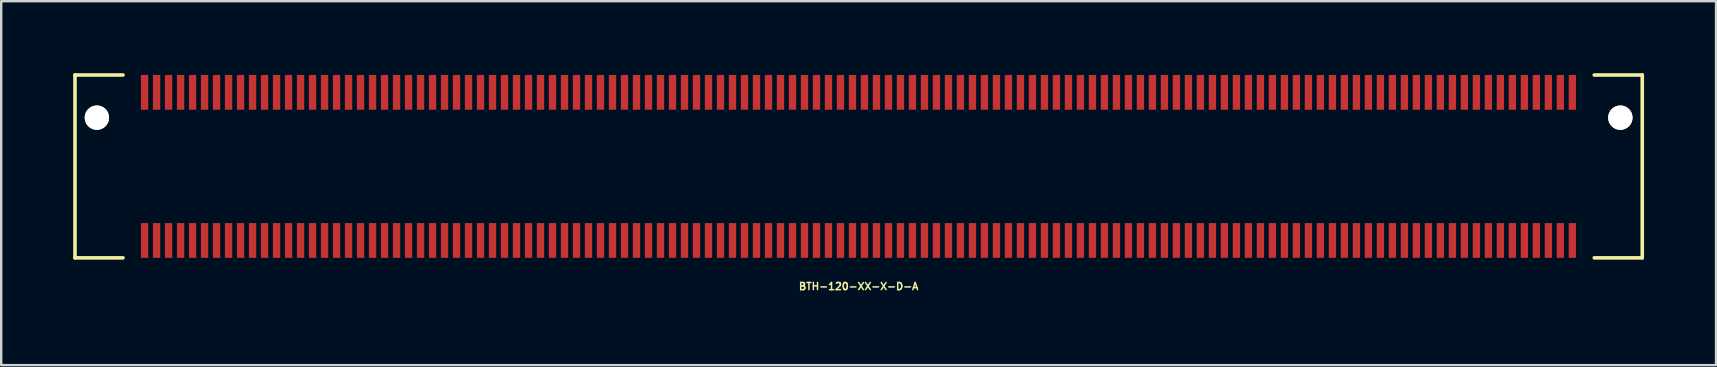
<source format=kicad_pcb>
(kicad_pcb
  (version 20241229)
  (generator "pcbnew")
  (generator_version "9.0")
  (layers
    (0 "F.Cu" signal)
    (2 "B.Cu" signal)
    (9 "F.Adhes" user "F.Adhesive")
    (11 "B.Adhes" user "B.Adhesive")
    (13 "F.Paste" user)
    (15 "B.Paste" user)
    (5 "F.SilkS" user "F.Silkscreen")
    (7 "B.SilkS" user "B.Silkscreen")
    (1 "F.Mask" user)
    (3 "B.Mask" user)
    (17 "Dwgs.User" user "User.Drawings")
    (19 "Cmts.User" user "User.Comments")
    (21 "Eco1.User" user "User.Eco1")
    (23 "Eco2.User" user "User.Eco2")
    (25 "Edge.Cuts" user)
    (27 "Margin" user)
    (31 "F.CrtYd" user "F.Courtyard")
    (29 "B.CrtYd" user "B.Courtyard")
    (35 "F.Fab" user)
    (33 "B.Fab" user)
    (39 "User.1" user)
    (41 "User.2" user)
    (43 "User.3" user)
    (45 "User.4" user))
  (footprint "BTH-120-XX-X-D-A"
    (layer "F.Cu")
    (at 32.731 3.885)
    (property "Reference" "BTH-120-XX-X-D-A" (at 0 5 0) (layer "F.SilkS") (effects (font (size 0.3 0.3) (thickness 0.061))))
    (attr smd)
    (fp_line (start -32.656 -3.81) (end -32.656 3.81) (stroke (width 0.15) (type solid)) (layer "F.SilkS"))
    (fp_line (start -32.656 3.81) (end -30.656 3.81) (stroke (width 0.15) (type solid)) (layer "F.SilkS"))
    (fp_line (start -30.656 -3.81) (end -32.656 -3.81) (stroke (width 0.15) (type solid)) (layer "F.SilkS"))
    (fp_line (start 30.656 -3.81) (end 32.656 -3.81) (stroke (width 0.15) (type solid)) (layer "F.SilkS"))
    (fp_line (start 32.656 -3.81) (end 32.656 3.81) (stroke (width 0.15) (type solid)) (layer "F.SilkS"))
    (fp_line (start 32.656 3.81) (end 30.656 3.81) (stroke (width 0.15) (type solid)) (layer "F.SilkS"))
    (pad "" np_thru_hole circle (at -31.744 -2.032) (size 1.016 1.016) (drill 1.016) (layers "*.Cu" "*.Mask" "F.SilkS"))
    (pad "" np_thru_hole circle (at 31.743 -2.032) (size 1.016 1.016) (drill 1.016) (layers "*.Cu" "*.Mask" "F.SilkS"))
    (pad "1" smd rect (at -29.756 -3.086) (size 0.305 1.448) (layers "F.Cu" "F.Mask" "F.Paste"))
    (pad "2" smd rect (at -29.756 3.086) (size 0.305 1.448) (layers "F.Cu" "F.Mask" "F.Paste"))
    (pad "3" smd rect (at -29.256 -3.086) (size 0.305 1.448) (layers "F.Cu" "F.Mask" "F.Paste"))
    (pad "4" smd rect (at -29.256 3.086) (size 0.305 1.448) (layers "F.Cu" "F.Mask" "F.Paste"))
    (pad "5" smd rect (at -28.756 -3.086) (size 0.305 1.448) (layers "F.Cu" "F.Mask" "F.Paste"))
    (pad "6" smd rect (at -28.756 3.086) (size 0.305 1.448) (layers "F.Cu" "F.Mask" "F.Paste"))
    (pad "7" smd rect (at -28.256 -3.086) (size 0.305 1.448) (layers "F.Cu" "F.Mask" "F.Paste"))
    (pad "8" smd rect (at -28.256 3.086) (size 0.305 1.448) (layers "F.Cu" "F.Mask" "F.Paste"))
    (pad "9" smd rect (at -27.756 -3.086) (size 0.305 1.448) (layers "F.Cu" "F.Mask" "F.Paste"))
    (pad "10" smd rect (at -27.756 3.086) (size 0.305 1.448) (layers "F.Cu" "F.Mask" "F.Paste"))
    (pad "11" smd rect (at -27.256 -3.086) (size 0.305 1.448) (layers "F.Cu" "F.Mask" "F.Paste"))
    (pad "12" smd rect (at -27.256 3.086) (size 0.305 1.448) (layers "F.Cu" "F.Mask" "F.Paste"))
    (pad "13" smd rect (at -26.756 -3.086) (size 0.305 1.448) (layers "F.Cu" "F.Mask" "F.Paste"))
    (pad "14" smd rect (at -26.756 3.086) (size 0.305 1.448) (layers "F.Cu" "F.Mask" "F.Paste"))
    (pad "15" smd rect (at -26.256 -3.086) (size 0.305 1.448) (layers "F.Cu" "F.Mask" "F.Paste"))
    (pad "16" smd rect (at -26.256 3.086) (size 0.305 1.448) (layers "F.Cu" "F.Mask" "F.Paste"))
    (pad "17" smd rect (at -25.756 -3.086) (size 0.305 1.448) (layers "F.Cu" "F.Mask" "F.Paste"))
    (pad "18" smd rect (at -25.756 3.086) (size 0.305 1.448) (layers "F.Cu" "F.Mask" "F.Paste"))
    (pad "19" smd rect (at -25.256 -3.086) (size 0.305 1.448) (layers "F.Cu" "F.Mask" "F.Paste"))
    (pad "20" smd rect (at -25.256 3.086) (size 0.305 1.448) (layers "F.Cu" "F.Mask" "F.Paste"))
    (pad "21" smd rect (at -24.756 -3.086) (size 0.305 1.448) (layers "F.Cu" "F.Mask" "F.Paste"))
    (pad "22" smd rect (at -24.756 3.086) (size 0.305 1.448) (layers "F.Cu" "F.Mask" "F.Paste"))
    (pad "23" smd rect (at -24.256 -3.086) (size 0.305 1.448) (layers "F.Cu" "F.Mask" "F.Paste"))
    (pad "24" smd rect (at -24.256 3.086) (size 0.305 1.448) (layers "F.Cu" "F.Mask" "F.Paste"))
    (pad "25" smd rect (at -23.756 -3.086) (size 0.305 1.448) (layers "F.Cu" "F.Mask" "F.Paste"))
    (pad "26" smd rect (at -23.756 3.086) (size 0.305 1.448) (layers "F.Cu" "F.Mask" "F.Paste"))
    (pad "27" smd rect (at -23.256 -3.086) (size 0.305 1.448) (layers "F.Cu" "F.Mask" "F.Paste"))
    (pad "28" smd rect (at -23.256 3.086) (size 0.305 1.448) (layers "F.Cu" "F.Mask" "F.Paste"))
    (pad "29" smd rect (at -22.756 -3.086) (size 0.305 1.448) (layers "F.Cu" "F.Mask" "F.Paste"))
    (pad "30" smd rect (at -22.756 3.086) (size 0.305 1.448) (layers "F.Cu" "F.Mask" "F.Paste"))
    (pad "31" smd rect (at -22.256 -3.086) (size 0.305 1.448) (layers "F.Cu" "F.Mask" "F.Paste"))
    (pad "32" smd rect (at -22.256 3.086) (size 0.305 1.448) (layers "F.Cu" "F.Mask" "F.Paste"))
    (pad "33" smd rect (at -21.756 -3.086) (size 0.305 1.448) (layers "F.Cu" "F.Mask" "F.Paste"))
    (pad "34" smd rect (at -21.756 3.086) (size 0.305 1.448) (layers "F.Cu" "F.Mask" "F.Paste"))
    (pad "35" smd rect (at -21.256 -3.086) (size 0.305 1.448) (layers "F.Cu" "F.Mask" "F.Paste"))
    (pad "36" smd rect (at -21.256 3.086) (size 0.305 1.448) (layers "F.Cu" "F.Mask" "F.Paste"))
    (pad "37" smd rect (at -20.756 -3.086) (size 0.305 1.448) (layers "F.Cu" "F.Mask" "F.Paste"))
    (pad "38" smd rect (at -20.756 3.086) (size 0.305 1.448) (layers "F.Cu" "F.Mask" "F.Paste"))
    (pad "39" smd rect (at -20.256 -3.086) (size 0.305 1.448) (layers "F.Cu" "F.Mask" "F.Paste"))
    (pad "40" smd rect (at -20.256 3.086) (size 0.305 1.448) (layers "F.Cu" "F.Mask" "F.Paste"))
    (pad "41" smd rect (at -19.756 -3.086) (size 0.305 1.448) (layers "F.Cu" "F.Mask" "F.Paste"))
    (pad "42" smd rect (at -19.756 3.086) (size 0.305 1.448) (layers "F.Cu" "F.Mask" "F.Paste"))
    (pad "43" smd rect (at -19.256 -3.086) (size 0.305 1.448) (layers "F.Cu" "F.Mask" "F.Paste"))
    (pad "44" smd rect (at -19.256 3.086) (size 0.305 1.448) (layers "F.Cu" "F.Mask" "F.Paste"))
    (pad "45" smd rect (at -18.756 -3.086) (size 0.305 1.448) (layers "F.Cu" "F.Mask" "F.Paste"))
    (pad "46" smd rect (at -18.756 3.086) (size 0.305 1.448) (layers "F.Cu" "F.Mask" "F.Paste"))
    (pad "47" smd rect (at -18.256 -3.086) (size 0.305 1.448) (layers "F.Cu" "F.Mask" "F.Paste"))
    (pad "48" smd rect (at -18.256 3.086) (size 0.305 1.448) (layers "F.Cu" "F.Mask" "F.Paste"))
    (pad "49" smd rect (at -17.756 -3.086) (size 0.305 1.448) (layers "F.Cu" "F.Mask" "F.Paste"))
    (pad "50" smd rect (at -17.756 3.086) (size 0.305 1.448) (layers "F.Cu" "F.Mask" "F.Paste"))
    (pad "51" smd rect (at -17.256 -3.086) (size 0.305 1.448) (layers "F.Cu" "F.Mask" "F.Paste"))
    (pad "52" smd rect (at -17.256 3.086) (size 0.305 1.448) (layers "F.Cu" "F.Mask" "F.Paste"))
    (pad "53" smd rect (at -16.756 -3.086) (size 0.305 1.448) (layers "F.Cu" "F.Mask" "F.Paste"))
    (pad "54" smd rect (at -16.756 3.086) (size 0.305 1.448) (layers "F.Cu" "F.Mask" "F.Paste"))
    (pad "55" smd rect (at -16.256 -3.086) (size 0.305 1.448) (layers "F.Cu" "F.Mask" "F.Paste"))
    (pad "56" smd rect (at -16.256 3.086) (size 0.305 1.448) (layers "F.Cu" "F.Mask" "F.Paste"))
    (pad "57" smd rect (at -15.756 -3.086) (size 0.305 1.448) (layers "F.Cu" "F.Mask" "F.Paste"))
    (pad "58" smd rect (at -15.756 3.086) (size 0.305 1.448) (layers "F.Cu" "F.Mask" "F.Paste"))
    (pad "59" smd rect (at -15.256 -3.086) (size 0.305 1.448) (layers "F.Cu" "F.Mask" "F.Paste"))
    (pad "60" smd rect (at -15.256 3.086) (size 0.305 1.448) (layers "F.Cu" "F.Mask" "F.Paste"))
    (pad "61" smd rect (at -14.756 -3.086) (size 0.305 1.448) (layers "F.Cu" "F.Mask" "F.Paste"))
    (pad "62" smd rect (at -14.756 3.086) (size 0.305 1.448) (layers "F.Cu" "F.Mask" "F.Paste"))
    (pad "63" smd rect (at -14.256 -3.086) (size 0.305 1.448) (layers "F.Cu" "F.Mask" "F.Paste"))
    (pad "64" smd rect (at -14.256 3.086) (size 0.305 1.448) (layers "F.Cu" "F.Mask" "F.Paste"))
    (pad "65" smd rect (at -13.756 -3.086) (size 0.305 1.448) (layers "F.Cu" "F.Mask" "F.Paste"))
    (pad "66" smd rect (at -13.756 3.086) (size 0.305 1.448) (layers "F.Cu" "F.Mask" "F.Paste"))
    (pad "67" smd rect (at -13.256 -3.086) (size 0.305 1.448) (layers "F.Cu" "F.Mask" "F.Paste"))
    (pad "68" smd rect (at -13.256 3.086) (size 0.305 1.448) (layers "F.Cu" "F.Mask" "F.Paste"))
    (pad "69" smd rect (at -12.756 -3.086) (size 0.305 1.448) (layers "F.Cu" "F.Mask" "F.Paste"))
    (pad "70" smd rect (at -12.756 3.086) (size 0.305 1.448) (layers "F.Cu" "F.Mask" "F.Paste"))
    (pad "71" smd rect (at -12.256 -3.086) (size 0.305 1.448) (layers "F.Cu" "F.Mask" "F.Paste"))
    (pad "72" smd rect (at -12.256 3.086) (size 0.305 1.448) (layers "F.Cu" "F.Mask" "F.Paste"))
    (pad "73" smd rect (at -11.756 -3.086) (size 0.305 1.448) (layers "F.Cu" "F.Mask" "F.Paste"))
    (pad "74" smd rect (at -11.756 3.086) (size 0.305 1.448) (layers "F.Cu" "F.Mask" "F.Paste"))
    (pad "75" smd rect (at -11.256 -3.086) (size 0.305 1.448) (layers "F.Cu" "F.Mask" "F.Paste"))
    (pad "76" smd rect (at -11.256 3.086) (size 0.305 1.448) (layers "F.Cu" "F.Mask" "F.Paste"))
    (pad "77" smd rect (at -10.756 -3.086) (size 0.305 1.448) (layers "F.Cu" "F.Mask" "F.Paste"))
    (pad "78" smd rect (at -10.756 3.086) (size 0.305 1.448) (layers "F.Cu" "F.Mask" "F.Paste"))
    (pad "79" smd rect (at -10.256 -3.086) (size 0.305 1.448) (layers "F.Cu" "F.Mask" "F.Paste"))
    (pad "80" smd rect (at -10.256 3.086) (size 0.305 1.448) (layers "F.Cu" "F.Mask" "F.Paste"))
    (pad "81" smd rect (at -9.756 -3.086) (size 0.305 1.448) (layers "F.Cu" "F.Mask" "F.Paste"))
    (pad "82" smd rect (at -9.756 3.086) (size 0.305 1.448) (layers "F.Cu" "F.Mask" "F.Paste"))
    (pad "83" smd rect (at -9.256 -3.086) (size 0.305 1.448) (layers "F.Cu" "F.Mask" "F.Paste"))
    (pad "84" smd rect (at -9.256 3.086) (size 0.305 1.448) (layers "F.Cu" "F.Mask" "F.Paste"))
    (pad "85" smd rect (at -8.756 -3.086) (size 0.305 1.448) (layers "F.Cu" "F.Mask" "F.Paste"))
    (pad "86" smd rect (at -8.756 3.086) (size 0.305 1.448) (layers "F.Cu" "F.Mask" "F.Paste"))
    (pad "87" smd rect (at -8.256 -3.086) (size 0.305 1.448) (layers "F.Cu" "F.Mask" "F.Paste"))
    (pad "88" smd rect (at -8.256 3.086) (size 0.305 1.448) (layers "F.Cu" "F.Mask" "F.Paste"))
    (pad "89" smd rect (at -7.756 -3.086) (size 0.305 1.448) (layers "F.Cu" "F.Mask" "F.Paste"))
    (pad "90" smd rect (at -7.756 3.086) (size 0.305 1.448) (layers "F.Cu" "F.Mask" "F.Paste"))
    (pad "91" smd rect (at -7.256 -3.086) (size 0.305 1.448) (layers "F.Cu" "F.Mask" "F.Paste"))
    (pad "92" smd rect (at -7.256 3.086) (size 0.305 1.448) (layers "F.Cu" "F.Mask" "F.Paste"))
    (pad "93" smd rect (at -6.756 -3.086) (size 0.305 1.448) (layers "F.Cu" "F.Mask" "F.Paste"))
    (pad "94" smd rect (at -6.756 3.086) (size 0.305 1.448) (layers "F.Cu" "F.Mask" "F.Paste"))
    (pad "95" smd rect (at -6.256 -3.086) (size 0.305 1.448) (layers "F.Cu" "F.Mask" "F.Paste"))
    (pad "96" smd rect (at -6.256 3.086) (size 0.305 1.448) (layers "F.Cu" "F.Mask" "F.Paste"))
    (pad "97" smd rect (at -5.756 -3.086) (size 0.305 1.448) (layers "F.Cu" "F.Mask" "F.Paste"))
    (pad "98" smd rect (at -5.756 3.086) (size 0.305 1.448) (layers "F.Cu" "F.Mask" "F.Paste"))
    (pad "99" smd rect (at -5.256 -3.086) (size 0.305 1.448) (layers "F.Cu" "F.Mask" "F.Paste"))
    (pad "100" smd rect (at -5.256 3.086) (size 0.305 1.448) (layers "F.Cu" "F.Mask" "F.Paste"))
    (pad "101" smd rect (at -4.756 -3.086) (size 0.305 1.448) (layers "F.Cu" "F.Mask" "F.Paste"))
    (pad "102" smd rect (at -4.756 3.086) (size 0.305 1.448) (layers "F.Cu" "F.Mask" "F.Paste"))
    (pad "103" smd rect (at -4.256 -3.086) (size 0.305 1.448) (layers "F.Cu" "F.Mask" "F.Paste"))
    (pad "104" smd rect (at -4.256 3.086) (size 0.305 1.448) (layers "F.Cu" "F.Mask" "F.Paste"))
    (pad "105" smd rect (at -3.756 -3.086) (size 0.305 1.448) (layers "F.Cu" "F.Mask" "F.Paste"))
    (pad "106" smd rect (at -3.756 3.086) (size 0.305 1.448) (layers "F.Cu" "F.Mask" "F.Paste"))
    (pad "107" smd rect (at -3.256 -3.086) (size 0.305 1.448) (layers "F.Cu" "F.Mask" "F.Paste"))
    (pad "108" smd rect (at -3.256 3.086) (size 0.305 1.448) (layers "F.Cu" "F.Mask" "F.Paste"))
    (pad "109" smd rect (at -2.756 -3.086) (size 0.305 1.448) (layers "F.Cu" "F.Mask" "F.Paste"))
    (pad "110" smd rect (at -2.756 3.086) (size 0.305 1.448) (layers "F.Cu" "F.Mask" "F.Paste"))
    (pad "111" smd rect (at -2.256 -3.086) (size 0.305 1.448) (layers "F.Cu" "F.Mask" "F.Paste"))
    (pad "112" smd rect (at -2.256 3.086) (size 0.305 1.448) (layers "F.Cu" "F.Mask" "F.Paste"))
    (pad "113" smd rect (at -1.756 -3.086) (size 0.305 1.448) (layers "F.Cu" "F.Mask" "F.Paste"))
    (pad "114" smd rect (at -1.756 3.086) (size 0.305 1.448) (layers "F.Cu" "F.Mask" "F.Paste"))
    (pad "115" smd rect (at -1.256 -3.086) (size 0.305 1.448) (layers "F.Cu" "F.Mask" "F.Paste"))
    (pad "116" smd rect (at -1.256 3.086) (size 0.305 1.448) (layers "F.Cu" "F.Mask" "F.Paste"))
    (pad "117" smd rect (at -0.756 -3.086) (size 0.305 1.448) (layers "F.Cu" "F.Mask" "F.Paste"))
    (pad "118" smd rect (at -0.756 3.086) (size 0.305 1.448) (layers "F.Cu" "F.Mask" "F.Paste"))
    (pad "119" smd rect (at -0.256 -3.086) (size 0.305 1.448) (layers "F.Cu" "F.Mask" "F.Paste"))
    (pad "120" smd rect (at -0.256 3.086) (size 0.305 1.448) (layers "F.Cu" "F.Mask" "F.Paste"))
    (pad "121" smd rect (at 0.244 -3.086) (size 0.305 1.448) (layers "F.Cu" "F.Mask" "F.Paste"))
    (pad "122" smd rect (at 0.244 3.086) (size 0.305 1.448) (layers "F.Cu" "F.Mask" "F.Paste"))
    (pad "123" smd rect (at 0.744 -3.086) (size 0.305 1.448) (layers "F.Cu" "F.Mask" "F.Paste"))
    (pad "124" smd rect (at 0.744 3.086) (size 0.305 1.448) (layers "F.Cu" "F.Mask" "F.Paste"))
    (pad "125" smd rect (at 1.244 -3.086) (size 0.305 1.448) (layers "F.Cu" "F.Mask" "F.Paste"))
    (pad "126" smd rect (at 1.244 3.086) (size 0.305 1.448) (layers "F.Cu" "F.Mask" "F.Paste"))
    (pad "127" smd rect (at 1.744 -3.086) (size 0.305 1.448) (layers "F.Cu" "F.Mask" "F.Paste"))
    (pad "128" smd rect (at 1.744 3.086) (size 0.305 1.448) (layers "F.Cu" "F.Mask" "F.Paste"))
    (pad "129" smd rect (at 2.244 -3.086) (size 0.305 1.448) (layers "F.Cu" "F.Mask" "F.Paste"))
    (pad "130" smd rect (at 2.244 3.086) (size 0.305 1.448) (layers "F.Cu" "F.Mask" "F.Paste"))
    (pad "131" smd rect (at 2.744 -3.086) (size 0.305 1.448) (layers "F.Cu" "F.Mask" "F.Paste"))
    (pad "132" smd rect (at 2.744 3.086) (size 0.305 1.448) (layers "F.Cu" "F.Mask" "F.Paste"))
    (pad "133" smd rect (at 3.244 -3.086) (size 0.305 1.448) (layers "F.Cu" "F.Mask" "F.Paste"))
    (pad "134" smd rect (at 3.244 3.086) (size 0.305 1.448) (layers "F.Cu" "F.Mask" "F.Paste"))
    (pad "135" smd rect (at 3.744 -3.086) (size 0.305 1.448) (layers "F.Cu" "F.Mask" "F.Paste"))
    (pad "136" smd rect (at 3.744 3.086) (size 0.305 1.448) (layers "F.Cu" "F.Mask" "F.Paste"))
    (pad "137" smd rect (at 4.244 -3.086) (size 0.305 1.448) (layers "F.Cu" "F.Mask" "F.Paste"))
    (pad "138" smd rect (at 4.244 3.086) (size 0.305 1.448) (layers "F.Cu" "F.Mask" "F.Paste"))
    (pad "139" smd rect (at 4.744 -3.086) (size 0.305 1.448) (layers "F.Cu" "F.Mask" "F.Paste"))
    (pad "140" smd rect (at 4.744 3.086) (size 0.305 1.448) (layers "F.Cu" "F.Mask" "F.Paste"))
    (pad "141" smd rect (at 5.244 -3.086) (size 0.305 1.448) (layers "F.Cu" "F.Mask" "F.Paste"))
    (pad "142" smd rect (at 5.244 3.086) (size 0.305 1.448) (layers "F.Cu" "F.Mask" "F.Paste"))
    (pad "143" smd rect (at 5.744 -3.086) (size 0.305 1.448) (layers "F.Cu" "F.Mask" "F.Paste"))
    (pad "144" smd rect (at 5.744 3.086) (size 0.305 1.448) (layers "F.Cu" "F.Mask" "F.Paste"))
    (pad "145" smd rect (at 6.244 -3.086) (size 0.305 1.448) (layers "F.Cu" "F.Mask" "F.Paste"))
    (pad "146" smd rect (at 6.244 3.086) (size 0.305 1.448) (layers "F.Cu" "F.Mask" "F.Paste"))
    (pad "147" smd rect (at 6.744 -3.086) (size 0.305 1.448) (layers "F.Cu" "F.Mask" "F.Paste"))
    (pad "148" smd rect (at 6.744 3.086) (size 0.305 1.448) (layers "F.Cu" "F.Mask" "F.Paste"))
    (pad "149" smd rect (at 7.244 -3.086) (size 0.305 1.448) (layers "F.Cu" "F.Mask" "F.Paste"))
    (pad "150" smd rect (at 7.244 3.086) (size 0.305 1.448) (layers "F.Cu" "F.Mask" "F.Paste"))
    (pad "151" smd rect (at 7.744 -3.086) (size 0.305 1.448) (layers "F.Cu" "F.Mask" "F.Paste"))
    (pad "152" smd rect (at 7.744 3.086) (size 0.305 1.448) (layers "F.Cu" "F.Mask" "F.Paste"))
    (pad "153" smd rect (at 8.244 -3.086) (size 0.305 1.448) (layers "F.Cu" "F.Mask" "F.Paste"))
    (pad "154" smd rect (at 8.244 3.086) (size 0.305 1.448) (layers "F.Cu" "F.Mask" "F.Paste"))
    (pad "155" smd rect (at 8.744 -3.086) (size 0.305 1.448) (layers "F.Cu" "F.Mask" "F.Paste"))
    (pad "156" smd rect (at 8.744 3.086) (size 0.305 1.448) (layers "F.Cu" "F.Mask" "F.Paste"))
    (pad "157" smd rect (at 9.244 -3.086) (size 0.305 1.448) (layers "F.Cu" "F.Mask" "F.Paste"))
    (pad "158" smd rect (at 9.244 3.086) (size 0.305 1.448) (layers "F.Cu" "F.Mask" "F.Paste"))
    (pad "159" smd rect (at 9.744 -3.086) (size 0.305 1.448) (layers "F.Cu" "F.Mask" "F.Paste"))
    (pad "160" smd rect (at 9.744 3.086) (size 0.305 1.448) (layers "F.Cu" "F.Mask" "F.Paste"))
    (pad "161" smd rect (at 10.244 -3.086) (size 0.305 1.448) (layers "F.Cu" "F.Mask" "F.Paste"))
    (pad "162" smd rect (at 10.244 3.086) (size 0.305 1.448) (layers "F.Cu" "F.Mask" "F.Paste"))
    (pad "163" smd rect (at 10.744 -3.086) (size 0.305 1.448) (layers "F.Cu" "F.Mask" "F.Paste"))
    (pad "164" smd rect (at 10.744 3.086) (size 0.305 1.448) (layers "F.Cu" "F.Mask" "F.Paste"))
    (pad "165" smd rect (at 11.244 -3.086) (size 0.305 1.448) (layers "F.Cu" "F.Mask" "F.Paste"))
    (pad "166" smd rect (at 11.244 3.086) (size 0.305 1.448) (layers "F.Cu" "F.Mask" "F.Paste"))
    (pad "167" smd rect (at 11.744 -3.086) (size 0.305 1.448) (layers "F.Cu" "F.Mask" "F.Paste"))
    (pad "168" smd rect (at 11.744 3.086) (size 0.305 1.448) (layers "F.Cu" "F.Mask" "F.Paste"))
    (pad "169" smd rect (at 12.244 -3.086) (size 0.305 1.448) (layers "F.Cu" "F.Mask" "F.Paste"))
    (pad "170" smd rect (at 12.244 3.086) (size 0.305 1.448) (layers "F.Cu" "F.Mask" "F.Paste"))
    (pad "171" smd rect (at 12.744 -3.086) (size 0.305 1.448) (layers "F.Cu" "F.Mask" "F.Paste"))
    (pad "172" smd rect (at 12.744 3.086) (size 0.305 1.448) (layers "F.Cu" "F.Mask" "F.Paste"))
    (pad "173" smd rect (at 13.244 -3.086) (size 0.305 1.448) (layers "F.Cu" "F.Mask" "F.Paste"))
    (pad "174" smd rect (at 13.244 3.086) (size 0.305 1.448) (layers "F.Cu" "F.Mask" "F.Paste"))
    (pad "175" smd rect (at 13.744 -3.086) (size 0.305 1.448) (layers "F.Cu" "F.Mask" "F.Paste"))
    (pad "176" smd rect (at 13.744 3.086) (size 0.305 1.448) (layers "F.Cu" "F.Mask" "F.Paste"))
    (pad "177" smd rect (at 14.244 -3.086) (size 0.305 1.448) (layers "F.Cu" "F.Mask" "F.Paste"))
    (pad "178" smd rect (at 14.244 3.086) (size 0.305 1.448) (layers "F.Cu" "F.Mask" "F.Paste"))
    (pad "179" smd rect (at 14.744 -3.086) (size 0.305 1.448) (layers "F.Cu" "F.Mask" "F.Paste"))
    (pad "180" smd rect (at 14.744 3.086) (size 0.305 1.448) (layers "F.Cu" "F.Mask" "F.Paste"))
    (pad "181" smd rect (at 15.244 -3.086) (size 0.305 1.448) (layers "F.Cu" "F.Mask" "F.Paste"))
    (pad "182" smd rect (at 15.244 3.086) (size 0.305 1.448) (layers "F.Cu" "F.Mask" "F.Paste"))
    (pad "183" smd rect (at 15.744 -3.086) (size 0.305 1.448) (layers "F.Cu" "F.Mask" "F.Paste"))
    (pad "184" smd rect (at 15.744 3.086) (size 0.305 1.448) (layers "F.Cu" "F.Mask" "F.Paste"))
    (pad "185" smd rect (at 16.244 -3.086) (size 0.305 1.448) (layers "F.Cu" "F.Mask" "F.Paste"))
    (pad "186" smd rect (at 16.244 3.086) (size 0.305 1.448) (layers "F.Cu" "F.Mask" "F.Paste"))
    (pad "187" smd rect (at 16.744 -3.086) (size 0.305 1.448) (layers "F.Cu" "F.Mask" "F.Paste"))
    (pad "188" smd rect (at 16.744 3.086) (size 0.305 1.448) (layers "F.Cu" "F.Mask" "F.Paste"))
    (pad "189" smd rect (at 17.244 -3.086) (size 0.305 1.448) (layers "F.Cu" "F.Mask" "F.Paste"))
    (pad "190" smd rect (at 17.244 3.086) (size 0.305 1.448) (layers "F.Cu" "F.Mask" "F.Paste"))
    (pad "191" smd rect (at 17.744 -3.086) (size 0.305 1.448) (layers "F.Cu" "F.Mask" "F.Paste"))
    (pad "192" smd rect (at 17.744 3.086) (size 0.305 1.448) (layers "F.Cu" "F.Mask" "F.Paste"))
    (pad "193" smd rect (at 18.244 -3.086) (size 0.305 1.448) (layers "F.Cu" "F.Mask" "F.Paste"))
    (pad "194" smd rect (at 18.244 3.086) (size 0.305 1.448) (layers "F.Cu" "F.Mask" "F.Paste"))
    (pad "195" smd rect (at 18.744 -3.086) (size 0.305 1.448) (layers "F.Cu" "F.Mask" "F.Paste"))
    (pad "196" smd rect (at 18.744 3.086) (size 0.305 1.448) (layers "F.Cu" "F.Mask" "F.Paste"))
    (pad "197" smd rect (at 19.244 -3.086) (size 0.305 1.448) (layers "F.Cu" "F.Mask" "F.Paste"))
    (pad "198" smd rect (at 19.244 3.086) (size 0.305 1.448) (layers "F.Cu" "F.Mask" "F.Paste"))
    (pad "199" smd rect (at 19.744 -3.086) (size 0.305 1.448) (layers "F.Cu" "F.Mask" "F.Paste"))
    (pad "200" smd rect (at 19.744 3.086) (size 0.305 1.448) (layers "F.Cu" "F.Mask" "F.Paste"))
    (pad "201" smd rect (at 20.244 -3.086) (size 0.305 1.448) (layers "F.Cu" "F.Mask" "F.Paste"))
    (pad "202" smd rect (at 20.244 3.086) (size 0.305 1.448) (layers "F.Cu" "F.Mask" "F.Paste"))
    (pad "203" smd rect (at 20.744 -3.086) (size 0.305 1.448) (layers "F.Cu" "F.Mask" "F.Paste"))
    (pad "204" smd rect (at 20.744 3.086) (size 0.305 1.448) (layers "F.Cu" "F.Mask" "F.Paste"))
    (pad "205" smd rect (at 21.244 -3.086) (size 0.305 1.448) (layers "F.Cu" "F.Mask" "F.Paste"))
    (pad "206" smd rect (at 21.244 3.086) (size 0.305 1.448) (layers "F.Cu" "F.Mask" "F.Paste"))
    (pad "207" smd rect (at 21.744 -3.086) (size 0.305 1.448) (layers "F.Cu" "F.Mask" "F.Paste"))
    (pad "208" smd rect (at 21.744 3.086) (size 0.305 1.448) (layers "F.Cu" "F.Mask" "F.Paste"))
    (pad "209" smd rect (at 22.244 -3.086) (size 0.305 1.448) (layers "F.Cu" "F.Mask" "F.Paste"))
    (pad "210" smd rect (at 22.244 3.086) (size 0.305 1.448) (layers "F.Cu" "F.Mask" "F.Paste"))
    (pad "211" smd rect (at 22.744 -3.086) (size 0.305 1.448) (layers "F.Cu" "F.Mask" "F.Paste"))
    (pad "212" smd rect (at 22.744 3.086) (size 0.305 1.448) (layers "F.Cu" "F.Mask" "F.Paste"))
    (pad "213" smd rect (at 23.244 -3.086) (size 0.305 1.448) (layers "F.Cu" "F.Mask" "F.Paste"))
    (pad "214" smd rect (at 23.244 3.086) (size 0.305 1.448) (layers "F.Cu" "F.Mask" "F.Paste"))
    (pad "215" smd rect (at 23.744 -3.086) (size 0.305 1.448) (layers "F.Cu" "F.Mask" "F.Paste"))
    (pad "216" smd rect (at 23.744 3.086) (size 0.305 1.448) (layers "F.Cu" "F.Mask" "F.Paste"))
    (pad "217" smd rect (at 24.244 -3.086) (size 0.305 1.448) (layers "F.Cu" "F.Mask" "F.Paste"))
    (pad "218" smd rect (at 24.244 3.086) (size 0.305 1.448) (layers "F.Cu" "F.Mask" "F.Paste"))
    (pad "219" smd rect (at 24.744 -3.086) (size 0.305 1.448) (layers "F.Cu" "F.Mask" "F.Paste"))
    (pad "220" smd rect (at 24.744 3.086) (size 0.305 1.448) (layers "F.Cu" "F.Mask" "F.Paste"))
    (pad "221" smd rect (at 25.244 -3.086) (size 0.305 1.448) (layers "F.Cu" "F.Mask" "F.Paste"))
    (pad "222" smd rect (at 25.244 3.086) (size 0.305 1.448) (layers "F.Cu" "F.Mask" "F.Paste"))
    (pad "223" smd rect (at 25.744 -3.086) (size 0.305 1.448) (layers "F.Cu" "F.Mask" "F.Paste"))
    (pad "224" smd rect (at 25.744 3.086) (size 0.305 1.448) (layers "F.Cu" "F.Mask" "F.Paste"))
    (pad "225" smd rect (at 26.244 -3.086) (size 0.305 1.448) (layers "F.Cu" "F.Mask" "F.Paste"))
    (pad "226" smd rect (at 26.244 3.086) (size 0.305 1.448) (layers "F.Cu" "F.Mask" "F.Paste"))
    (pad "227" smd rect (at 26.744 -3.086) (size 0.305 1.448) (layers "F.Cu" "F.Mask" "F.Paste"))
    (pad "228" smd rect (at 26.744 3.086) (size 0.305 1.448) (layers "F.Cu" "F.Mask" "F.Paste"))
    (pad "229" smd rect (at 27.244 -3.086) (size 0.305 1.448) (layers "F.Cu" "F.Mask" "F.Paste"))
    (pad "230" smd rect (at 27.244 3.086) (size 0.305 1.448) (layers "F.Cu" "F.Mask" "F.Paste"))
    (pad "231" smd rect (at 27.744 -3.086) (size 0.305 1.448) (layers "F.Cu" "F.Mask" "F.Paste"))
    (pad "232" smd rect (at 27.744 3.086) (size 0.305 1.448) (layers "F.Cu" "F.Mask" "F.Paste"))
    (pad "233" smd rect (at 28.244 -3.086) (size 0.305 1.448) (layers "F.Cu" "F.Mask" "F.Paste"))
    (pad "234" smd rect (at 28.244 3.086) (size 0.305 1.448) (layers "F.Cu" "F.Mask" "F.Paste"))
    (pad "235" smd rect (at 28.744 -3.086) (size 0.305 1.448) (layers "F.Cu" "F.Mask" "F.Paste"))
    (pad "236" smd rect (at 28.744 3.086) (size 0.305 1.448) (layers "F.Cu" "F.Mask" "F.Paste"))
    (pad "237" smd rect (at 29.244 -3.086) (size 0.305 1.448) (layers "F.Cu" "F.Mask" "F.Paste"))
    (pad "238" smd rect (at 29.244 3.086) (size 0.305 1.448) (layers "F.Cu" "F.Mask" "F.Paste"))
    (pad "239" smd rect (at 29.744 -3.086) (size 0.305 1.448) (layers "F.Cu" "F.Mask" "F.Paste"))
    (pad "240" smd rect (at 29.744 3.086) (size 0.305 1.448) (layers "F.Cu" "F.Mask" "F.Paste")))
  (gr_rect
    (start -3 -3)
    (end 68.462 12.167)
    (stroke (width 0.1) (type default))
    (fill no)
    (layer "Edge.Cuts")))
</source>
